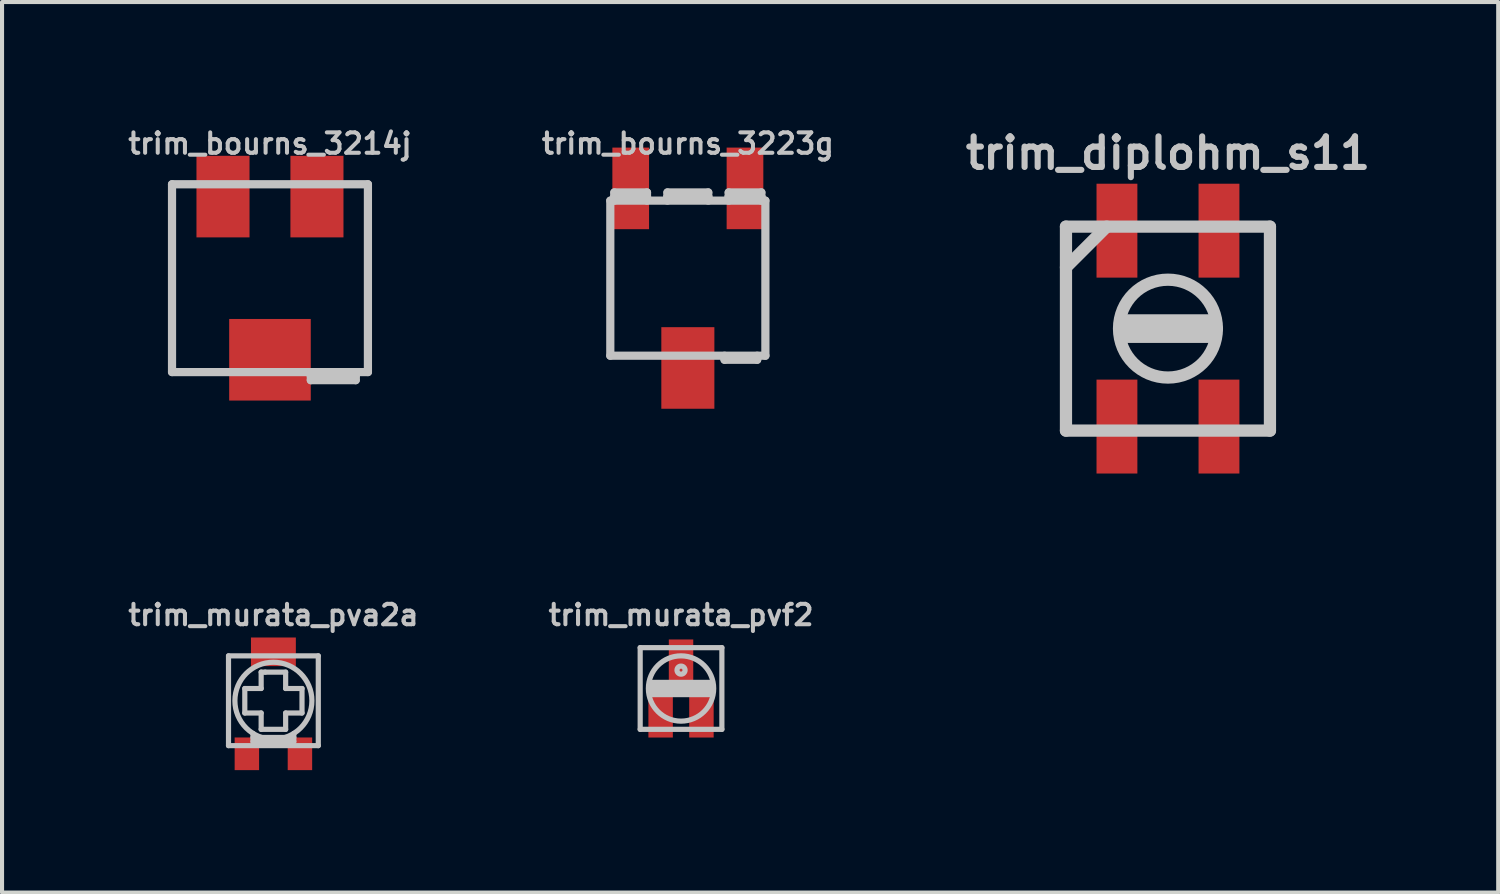
<source format=kicad_pcb>
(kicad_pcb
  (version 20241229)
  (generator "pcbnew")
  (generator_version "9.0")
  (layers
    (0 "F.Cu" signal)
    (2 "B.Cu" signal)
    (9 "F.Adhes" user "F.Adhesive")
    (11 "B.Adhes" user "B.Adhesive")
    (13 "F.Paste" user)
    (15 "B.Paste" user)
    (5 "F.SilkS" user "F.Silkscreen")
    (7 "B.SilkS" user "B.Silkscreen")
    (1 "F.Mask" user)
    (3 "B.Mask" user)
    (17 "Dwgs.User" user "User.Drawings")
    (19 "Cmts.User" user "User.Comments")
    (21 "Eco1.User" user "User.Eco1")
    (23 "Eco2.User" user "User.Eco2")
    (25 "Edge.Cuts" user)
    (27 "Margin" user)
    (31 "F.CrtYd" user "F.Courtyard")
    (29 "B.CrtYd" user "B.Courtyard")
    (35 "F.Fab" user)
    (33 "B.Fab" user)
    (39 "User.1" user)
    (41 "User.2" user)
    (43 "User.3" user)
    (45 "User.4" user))
  (footprint "trim_murata_pvf2"
    (layer "F.Cu")
    (at 13.637 13.82)
    (property "Reference" "trim_murata_pvf2" (at 0 -1.801 0) (layer "Dwgs.User") (effects (font (size 0.5 0.5) (thickness 0.099))))
    (attr through_hole)
    (fp_line (start -1.001 -1.001) (end 1.001 -1.001) (stroke (width 0.127) (type solid)) (layer "Dwgs.User"))
    (fp_line (start -1.001 1.001) (end -1.001 -1.001) (stroke (width 0.127) (type solid)) (layer "Dwgs.User"))
    (fp_line (start -0.749 -0.15) (end 0.749 -0.15) (stroke (width 0.127) (type solid)) (layer "Dwgs.User"))
    (fp_line (start -0.749 -0.051) (end 0.749 -0.051) (stroke (width 0.127) (type solid)) (layer "Dwgs.User"))
    (fp_line (start -0.749 0.15) (end -0.749 -0.15) (stroke (width 0.127) (type solid)) (layer "Dwgs.User"))
    (fp_line (start 0.749 -0.15) (end 0.749 0.15) (stroke (width 0.127) (type solid)) (layer "Dwgs.User"))
    (fp_line (start 0.749 0.051) (end -0.749 0.051) (stroke (width 0.127) (type solid)) (layer "Dwgs.User"))
    (fp_line (start 0.749 0.15) (end -0.749 0.15) (stroke (width 0.127) (type solid)) (layer "Dwgs.User"))
    (fp_line (start 1.001 -1.001) (end 1.001 1.001) (stroke (width 0.127) (type solid)) (layer "Dwgs.User"))
    (fp_line (start 1.001 1.001) (end -1.001 1.001) (stroke (width 0.127) (type solid)) (layer "Dwgs.User"))
    (fp_circle (center 0 -0.45) (end -0.099 -0.45) (stroke (width 0.127) (type solid)) (fill no) (layer "Dwgs.User"))
    (fp_circle (center 0 0) (end -0.8 0) (stroke (width 0.127) (type solid)) (fill no) (layer "Dwgs.User"))
    (pad "1" smd rect (at -0.5 0.701) (size 0.599 1.001) (layers "F.Cu" "F.Mask" "F.Paste"))
    (pad "2" smd rect (at 0 -0.701) (size 0.599 1.001) (layers "F.Cu" "F.Mask" "F.Paste"))
    (pad "3" smd rect (at 0.5 0.701) (size 0.599 1.001) (layers "F.Cu" "F.Mask" "F.Paste")))
  (footprint "trim_murata_pva2a"
    (layer "F.Cu")
    (at 3.649 14.12)
    (property "Reference" "trim_murata_pva2a" (at 0 -2.101 0) (layer "Dwgs.User") (effects (font (size 0.5 0.5) (thickness 0.099))))
    (attr through_hole)
    (fp_line (start -1.1 -1.1) (end 1.1 -1.1) (stroke (width 0.127) (type solid)) (layer "Dwgs.User"))
    (fp_line (start -1.1 1.1) (end -1.1 -1.1) (stroke (width 0.127) (type solid)) (layer "Dwgs.User"))
    (fp_line (start -0.701 -0.3) (end -0.701 0.3) (stroke (width 0.127) (type solid)) (layer "Dwgs.User"))
    (fp_line (start -0.701 0.3) (end -0.3 0.3) (stroke (width 0.127) (type solid)) (layer "Dwgs.User"))
    (fp_line (start -0.5 0.899) (end 0.5 0.899) (stroke (width 0.127) (type solid)) (layer "Dwgs.User"))
    (fp_line (start -0.5 1.001) (end -0.5 0.8) (stroke (width 0.127) (type solid)) (layer "Dwgs.User"))
    (fp_line (start -0.3 -0.701) (end -0.3 -0.3) (stroke (width 0.127) (type solid)) (layer "Dwgs.User"))
    (fp_line (start -0.3 -0.3) (end -0.701 -0.3) (stroke (width 0.127) (type solid)) (layer "Dwgs.User"))
    (fp_line (start -0.3 0.3) (end -0.3 0.701) (stroke (width 0.127) (type solid)) (layer "Dwgs.User"))
    (fp_line (start -0.3 0.701) (end 0.3 0.701) (stroke (width 0.127) (type solid)) (layer "Dwgs.User"))
    (fp_line (start -0.201 -0.701) (end -0.3 -0.701) (stroke (width 0.127) (type solid)) (layer "Dwgs.User"))
    (fp_line (start 0.3 -0.701) (end -0.201 -0.701) (stroke (width 0.127) (type solid)) (layer "Dwgs.User"))
    (fp_line (start 0.3 -0.3) (end 0.3 -0.701) (stroke (width 0.127) (type solid)) (layer "Dwgs.User"))
    (fp_line (start 0.3 0.3) (end 0.701 0.3) (stroke (width 0.127) (type solid)) (layer "Dwgs.User"))
    (fp_line (start 0.3 0.701) (end 0.3 0.3) (stroke (width 0.127) (type solid)) (layer "Dwgs.User"))
    (fp_line (start 0.5 1.001) (end -0.5 1.001) (stroke (width 0.127) (type solid)) (layer "Dwgs.User"))
    (fp_line (start 0.5 1.001) (end 0.5 0.8) (stroke (width 0.127) (type solid)) (layer "Dwgs.User"))
    (fp_line (start 0.701 -0.3) (end 0.3 -0.3) (stroke (width 0.127) (type solid)) (layer "Dwgs.User"))
    (fp_line (start 0.701 0.3) (end 0.701 -0.3) (stroke (width 0.127) (type solid)) (layer "Dwgs.User"))
    (fp_line (start 1.1 -1.1) (end 1.1 1.1) (stroke (width 0.127) (type solid)) (layer "Dwgs.User"))
    (fp_line (start 1.1 1.1) (end -1.1 1.1) (stroke (width 0.127) (type solid)) (layer "Dwgs.User"))
    (fp_circle (center 0 0) (end -0.8 0.5) (stroke (width 0.127) (type solid)) (fill no) (layer "Dwgs.User"))
    (pad "1" smd rect (at -0.65 1.3) (size 0.599 0.8) (layers "F.Cu" "F.Mask" "F.Paste"))
    (pad "2" smd rect (at 0 -1.199) (size 1.1 0.701) (layers "F.Cu" "F.Mask" "F.Paste"))
    (pad "3" smd rect (at 0.65 1.3) (size 0.599 0.8) (layers "F.Cu" "F.Mask" "F.Paste")))
  (footprint "trim_bourns_3223g"
    (layer "F.Cu")
    (at 13.804 3.766)
    (property "Reference" "trim_bourns_3223g" (at 0 -3.299 0) (layer "Dwgs.User") (effects (font (size 0.5 0.5) (thickness 0.099))))
    (attr through_hole)
    (fp_line (start -1.9 -1.9) (end 1.9 -1.9) (stroke (width 0.201) (type solid)) (layer "Dwgs.User"))
    (fp_line (start -1.9 1.9) (end -1.9 -1.9) (stroke (width 0.201) (type solid)) (layer "Dwgs.User"))
    (fp_line (start -1.801 -2.101) (end -1.801 -1.999) (stroke (width 0.201) (type solid)) (layer "Dwgs.User"))
    (fp_line (start -1.801 -1.999) (end -1.001 -1.999) (stroke (width 0.201) (type solid)) (layer "Dwgs.User"))
    (fp_line (start -1.801 -1.9) (end -1.801 -1.999) (stroke (width 0.201) (type solid)) (layer "Dwgs.User"))
    (fp_line (start -1.001 -2.101) (end -1.801 -2.101) (stroke (width 0.201) (type solid)) (layer "Dwgs.User"))
    (fp_line (start -1.001 -1.999) (end -1.001 -2.101) (stroke (width 0.201) (type solid)) (layer "Dwgs.User"))
    (fp_line (start -1.001 -1.999) (end -1.001 -1.9) (stroke (width 0.201) (type solid)) (layer "Dwgs.User"))
    (fp_line (start -0.5 -2.101) (end -0.5 -1.999) (stroke (width 0.201) (type solid)) (layer "Dwgs.User"))
    (fp_line (start -0.5 -1.999) (end 0.5 -1.999) (stroke (width 0.201) (type solid)) (layer "Dwgs.User"))
    (fp_line (start -0.5 -1.9) (end -0.5 -1.999) (stroke (width 0.201) (type solid)) (layer "Dwgs.User"))
    (fp_line (start 0.5 -2.101) (end -0.5 -2.101) (stroke (width 0.201) (type solid)) (layer "Dwgs.User"))
    (fp_line (start 0.5 -1.999) (end 0.5 -2.101) (stroke (width 0.201) (type solid)) (layer "Dwgs.User"))
    (fp_line (start 0.5 -1.999) (end 0.5 -1.9) (stroke (width 0.201) (type solid)) (layer "Dwgs.User"))
    (fp_line (start 0.899 1.9) (end 0.899 1.999) (stroke (width 0.201) (type solid)) (layer "Dwgs.User"))
    (fp_line (start 0.899 1.999) (end 1.699 1.999) (stroke (width 0.201) (type solid)) (layer "Dwgs.User"))
    (fp_line (start 1.001 -2.101) (end 1.001 -1.999) (stroke (width 0.201) (type solid)) (layer "Dwgs.User"))
    (fp_line (start 1.001 -1.999) (end 1.801 -1.999) (stroke (width 0.201) (type solid)) (layer "Dwgs.User"))
    (fp_line (start 1.001 -1.9) (end 1.001 -1.999) (stroke (width 0.201) (type solid)) (layer "Dwgs.User"))
    (fp_line (start 1.699 1.999) (end 1.699 1.9) (stroke (width 0.201) (type solid)) (layer "Dwgs.User"))
    (fp_line (start 1.801 -2.101) (end 1.001 -2.101) (stroke (width 0.201) (type solid)) (layer "Dwgs.User"))
    (fp_line (start 1.801 -1.999) (end 1.801 -2.101) (stroke (width 0.201) (type solid)) (layer "Dwgs.User"))
    (fp_line (start 1.801 -1.999) (end 1.801 -1.9) (stroke (width 0.201) (type solid)) (layer "Dwgs.User"))
    (fp_line (start 1.9 -1.9) (end 1.9 1.9) (stroke (width 0.201) (type solid)) (layer "Dwgs.User"))
    (fp_line (start 1.9 1.9) (end -1.9 1.9) (stroke (width 0.201) (type solid)) (layer "Dwgs.User"))
    (pad "1" smd rect (at -1.4 -2.2) (size 0.899 1.999) (layers "F.Cu" "F.Mask" "F.Paste"))
    (pad "2" smd rect (at 0 2.2) (size 1.3 1.999) (layers "F.Cu" "F.Mask" "F.Paste"))
    (pad "3" smd rect (at 1.4 -2.2) (size 0.899 1.999) (layers "F.Cu" "F.Mask" "F.Paste")))
  (footprint "trim_diplohm_s11"
    (layer "F.Cu")
    (at 25.568 5.002)
    (property "Reference" "trim_diplohm_s11" (at 0 -4.3 0) (layer "Dwgs.User") (effects (font (size 0.749 0.749) (thickness 0.15))))
    (attr through_hole)
    (fp_line (start -2.499 -2.499) (end -2.499 2.499) (stroke (width 0.3) (type solid)) (layer "Dwgs.User"))
    (fp_line (start -2.499 -1.501) (end -1.501 -2.499) (stroke (width 0.3) (type solid)) (layer "Dwgs.User"))
    (fp_line (start -2.499 2.499) (end 2.499 2.499) (stroke (width 0.3) (type solid)) (layer "Dwgs.User"))
    (fp_line (start -1.1 -0.201) (end 1.1 -0.201) (stroke (width 0.3) (type solid)) (layer "Dwgs.User"))
    (fp_line (start 1.1 0.201) (end -1.1 0.201) (stroke (width 0.3) (type solid)) (layer "Dwgs.User"))
    (fp_line (start 1.199 0) (end -1.1 0) (stroke (width 0.3) (type solid)) (layer "Dwgs.User"))
    (fp_line (start 2.499 -2.499) (end -2.499 -2.499) (stroke (width 0.3) (type solid)) (layer "Dwgs.User"))
    (fp_line (start 2.499 2.499) (end 2.499 -2.499) (stroke (width 0.3) (type solid)) (layer "Dwgs.User"))
    (fp_circle (center 0 0) (end -1.199 0) (stroke (width 0.3) (type solid)) (fill no) (layer "Dwgs.User"))
    (pad "1" smd rect (at -1.25 2.4) (size 1.001 2.301) (layers "F.Cu" "F.Mask" "F.Paste"))
    (pad "2" smd rect (at -1.25 -2.4) (size 1.001 2.301) (layers "F.Cu" "F.Mask" "F.Paste"))
    (pad "3" smd rect (at 1.25 -2.4) (size 1.001 2.301) (layers "F.Cu" "F.Mask" "F.Paste"))
    (pad "3" smd rect (at 1.25 2.4) (size 1.001 2.301) (layers "F.Cu" "F.Mask" "F.Paste")))
  (footprint "trim_bourns_3214j"
    (layer "F.Cu")
    (at 3.565 3.766)
    (property "Reference" "trim_bourns_3214j" (at 0 -3.299 0) (layer "Dwgs.User") (effects (font (size 0.5 0.5) (thickness 0.099))))
    (attr through_hole)
    (fp_line (start -2.4 -2.301) (end -2.4 2.301) (stroke (width 0.201) (type solid)) (layer "Dwgs.User"))
    (fp_line (start -2.4 2.301) (end 2.4 2.301) (stroke (width 0.201) (type solid)) (layer "Dwgs.User"))
    (fp_line (start 1.001 2.301) (end 1.001 2.499) (stroke (width 0.201) (type solid)) (layer "Dwgs.User"))
    (fp_line (start 1.001 2.499) (end 2.101 2.499) (stroke (width 0.201) (type solid)) (layer "Dwgs.User"))
    (fp_line (start 2.101 2.4) (end 1.001 2.4) (stroke (width 0.201) (type solid)) (layer "Dwgs.User"))
    (fp_line (start 2.101 2.499) (end 2.101 2.301) (stroke (width 0.201) (type solid)) (layer "Dwgs.User"))
    (fp_line (start 2.4 -2.301) (end -2.4 -2.301) (stroke (width 0.201) (type solid)) (layer "Dwgs.User"))
    (fp_line (start 2.4 2.301) (end 2.4 -2.301) (stroke (width 0.201) (type solid)) (layer "Dwgs.User"))
    (pad "1" smd rect (at 1.151 -1.999) (size 1.3 1.999) (layers "F.Cu" "F.Mask" "F.Paste"))
    (pad "2" smd rect (at 0 1.999) (size 1.999 1.999) (layers "F.Cu" "F.Mask" "F.Paste"))
    (pad "3" smd rect (at -1.151 -1.999) (size 1.3 1.999) (layers "F.Cu" "F.Mask" "F.Paste")))
  (gr_rect
    (start -3 -3)
    (end 33.66 18.82)
    (stroke (width 0.1) (type default))
    (fill no)
    (layer "Edge.Cuts")))
</source>
